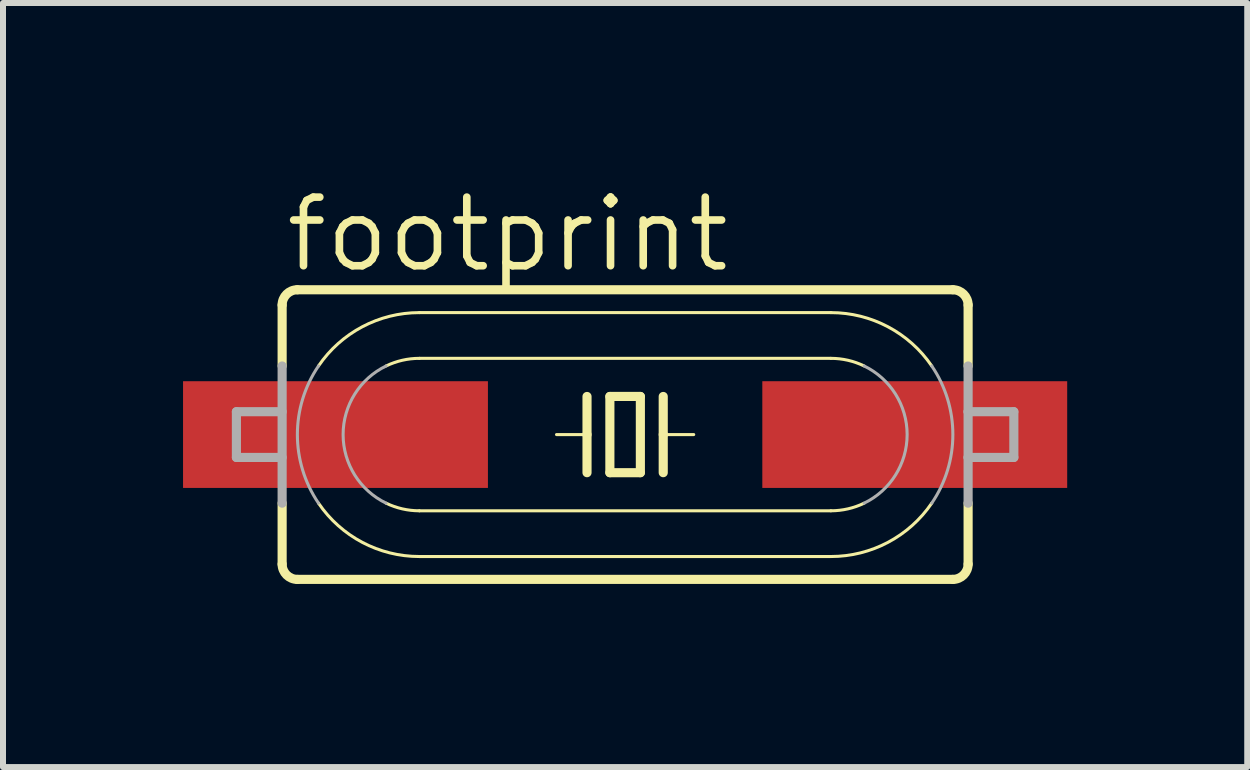
<source format=kicad_pcb>
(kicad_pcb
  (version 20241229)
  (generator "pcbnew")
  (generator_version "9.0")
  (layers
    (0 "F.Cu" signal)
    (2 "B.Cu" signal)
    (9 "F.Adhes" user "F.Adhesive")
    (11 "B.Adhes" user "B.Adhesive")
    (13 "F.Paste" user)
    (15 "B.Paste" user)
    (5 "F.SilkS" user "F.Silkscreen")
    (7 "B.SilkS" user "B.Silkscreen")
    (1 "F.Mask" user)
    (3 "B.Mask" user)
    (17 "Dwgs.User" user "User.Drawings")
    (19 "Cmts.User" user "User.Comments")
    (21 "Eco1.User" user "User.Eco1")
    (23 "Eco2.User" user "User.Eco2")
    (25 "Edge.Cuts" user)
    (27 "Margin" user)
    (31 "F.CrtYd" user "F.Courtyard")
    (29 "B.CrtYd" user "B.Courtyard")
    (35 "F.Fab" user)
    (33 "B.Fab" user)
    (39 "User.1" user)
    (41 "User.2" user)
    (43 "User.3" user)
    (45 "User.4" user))
  (footprint "footprint"
    (layer "F.Cu")
    (at 7.366 4.191)
    (property "Reference" "footprint" (at -5.715 -2.667 0) (layer "F.SilkS") (effects (font (size 1.143 1.143) (thickness 0.127)) (justify left bottom)))
    (fp_line (start -5.715 -2.159) (end -5.715 -1.143) (stroke (width 0.152) (type solid)) (layer "F.SilkS"))
    (fp_line (start -5.715 1.143) (end -5.715 2.159) (stroke (width 0.152) (type solid)) (layer "F.SilkS"))
    (fp_line (start -5.461 -2.413) (end 5.461 -2.413) (stroke (width 0.152) (type solid)) (layer "F.SilkS"))
    (fp_line (start -5.461 2.413) (end 5.461 2.413) (stroke (width 0.152) (type solid)) (layer "F.SilkS"))
    (fp_line (start -3.429 -2.032) (end 3.429 -2.032) (stroke (width 0.051) (type solid)) (layer "F.SilkS"))
    (fp_line (start -3.429 -1.27) (end 3.429 -1.27) (stroke (width 0.051) (type solid)) (layer "F.SilkS"))
    (fp_line (start -0.635 -0.635) (end -0.635 0) (stroke (width 0.152) (type solid)) (layer "F.SilkS"))
    (fp_line (start -0.635 0) (end -1.143 0) (stroke (width 0.051) (type solid)) (layer "F.SilkS"))
    (fp_line (start -0.635 0) (end -0.635 0.635) (stroke (width 0.152) (type solid)) (layer "F.SilkS"))
    (fp_line (start -0.254 -0.635) (end -0.254 0.635) (stroke (width 0.152) (type solid)) (layer "F.SilkS"))
    (fp_line (start -0.254 0.635) (end 0.254 0.635) (stroke (width 0.152) (type solid)) (layer "F.SilkS"))
    (fp_line (start 0.254 -0.635) (end -0.254 -0.635) (stroke (width 0.152) (type solid)) (layer "F.SilkS"))
    (fp_line (start 0.254 0.635) (end 0.254 -0.635) (stroke (width 0.152) (type solid)) (layer "F.SilkS"))
    (fp_line (start 0.635 -0.635) (end 0.635 0) (stroke (width 0.152) (type solid)) (layer "F.SilkS"))
    (fp_line (start 0.635 0) (end 0.635 0.635) (stroke (width 0.152) (type solid)) (layer "F.SilkS"))
    (fp_line (start 0.635 0) (end 1.143 0) (stroke (width 0.051) (type solid)) (layer "F.SilkS"))
    (fp_line (start 3.429 1.27) (end -3.429 1.27) (stroke (width 0.051) (type solid)) (layer "F.SilkS"))
    (fp_line (start 3.429 2.032) (end -3.429 2.032) (stroke (width 0.051) (type solid)) (layer "F.SilkS"))
    (fp_line (start 5.715 -2.159) (end 5.715 -1.143) (stroke (width 0.152) (type solid)) (layer "F.SilkS"))
    (fp_line (start 5.715 1.143) (end 5.715 2.159) (stroke (width 0.152) (type solid)) (layer "F.SilkS"))
    (fp_arc (start -5.715 -2.159) (mid -5.640605 -2.338605) (end -5.461 -2.413) (stroke (width 0.1524) (type solid)) (layer "F.SilkS"))
    (fp_arc (start -5.461 2.413) (mid -5.640605 2.338605) (end -5.715 2.159) (stroke (width 0.1524) (type solid)) (layer "F.SilkS"))
    (fp_arc (start -5.1091 -1.143) (mid -4.379417 -1.796107) (end -3.429 -2.032101) (stroke (width 0.0508) (type solid)) (layer "F.SilkS"))
    (fp_arc (start -3.9826 -1.143) (mid -3.712991 -1.237845) (end -3.429 -1.27) (stroke (width 0.0508) (type solid)) (layer "F.SilkS"))
    (fp_arc (start -3.429 1.27) (mid -3.712991 1.237845) (end -3.9826 1.143) (stroke (width 0.0508) (type solid)) (layer "F.SilkS"))
    (fp_arc (start -3.429 2.032001) (mid -4.379408 1.796063) (end -5.1091 1.143) (stroke (width 0.0508) (type solid)) (layer "F.SilkS"))
    (fp_arc (start 3.429 -2.032) (mid 4.379408 -1.796062) (end 5.1091 -1.142999) (stroke (width 0.0508) (type solid)) (layer "F.SilkS"))
    (fp_arc (start 3.429 -1.27) (mid 3.712991 -1.237845) (end 3.9826 -1.143) (stroke (width 0.0508) (type solid)) (layer "F.SilkS"))
    (fp_arc (start 3.9826 1.143) (mid 3.712991 1.237845) (end 3.429 1.27) (stroke (width 0.0508) (type solid)) (layer "F.SilkS"))
    (fp_arc (start 5.109 1.142899) (mid 4.379368 1.795994) (end 3.429 2.032) (stroke (width 0.0508) (type solid)) (layer "F.SilkS"))
    (fp_arc (start 5.461 -2.413) (mid 5.640605 -2.338605) (end 5.715 -2.159) (stroke (width 0.1524) (type solid)) (layer "F.SilkS"))
    (fp_arc (start 5.715 2.159) (mid 5.640605 2.338605) (end 5.461 2.413) (stroke (width 0.1524) (type solid)) (layer "F.SilkS"))
    (fp_line (start -6.477 -0.381) (end -6.477 0.381) (stroke (width 0.152) (type solid)) (layer "F.Fab"))
    (fp_line (start -5.715 -1.143) (end -5.715 1.143) (stroke (width 0.152) (type solid)) (layer "F.Fab"))
    (fp_line (start -5.715 -0.381) (end -6.477 -0.381) (stroke (width 0.152) (type solid)) (layer "F.Fab"))
    (fp_line (start -5.715 0.381) (end -6.477 0.381) (stroke (width 0.152) (type solid)) (layer "F.Fab"))
    (fp_line (start 5.715 -1.143) (end 5.715 -0.381) (stroke (width 0.152) (type solid)) (layer "F.Fab"))
    (fp_line (start 5.715 -0.381) (end 5.715 0.381) (stroke (width 0.152) (type solid)) (layer "F.Fab"))
    (fp_line (start 5.715 -0.381) (end 6.477 -0.381) (stroke (width 0.152) (type solid)) (layer "F.Fab"))
    (fp_line (start 5.715 0.381) (end 5.715 1.143) (stroke (width 0.152) (type solid)) (layer "F.Fab"))
    (fp_line (start 5.715 0.381) (end 6.477 0.381) (stroke (width 0.152) (type solid)) (layer "F.Fab"))
    (fp_line (start 6.477 -0.381) (end 6.477 0.381) (stroke (width 0.152) (type solid)) (layer "F.Fab"))
    (fp_arc (start -5.1091 1.143) (mid -5.46104 0) (end -5.1091 -1.143) (stroke (width 0.0508) (type solid)) (layer "F.Fab"))
    (fp_arc (start -3.9826 1.143) (mid -4.699009 0) (end -3.9826 -1.143) (stroke (width 0.0508) (type solid)) (layer "F.Fab"))
    (fp_arc (start 3.9826 -1.143) (mid 4.699009 0) (end 3.9826 1.143) (stroke (width 0.0508) (type solid)) (layer "F.Fab"))
    (fp_arc (start 5.1091 -1.143) (mid 5.46104 0) (end 5.1091 1.143) (stroke (width 0.0508) (type solid)) (layer "F.Fab"))
    (pad "1" smd rect (at -4.826 0) (size 5.08 1.778) (layers "F.Cu" "F.Mask" "F.Paste"))
    (pad "2" smd rect (at 4.826 0) (size 5.08 1.778) (layers "F.Cu" "F.Mask" "F.Paste"))
    (zone (net_name "") (layers "F.Cu" "B.Cu") (hatch edge 0.508) (connect_pads) (min_thickness 0.254) (filled_areas_thickness no) (keepout (tracks allowed) (vias not_allowed) (pads allowed) (copperpour allowed) (footprints allowed)) (placement (enabled no)) (fill) (polygon (pts (xy 0.762 6.731) (xy 13.97 6.731) (xy 13.97 1.397) (xy 0.762 1.397)))))
  (gr_rect
    (start -3 -3)
    (end 17.732 9.731)
    (stroke (width 0.1) (type default))
    (fill no)
    (layer "Edge.Cuts")))
</source>
